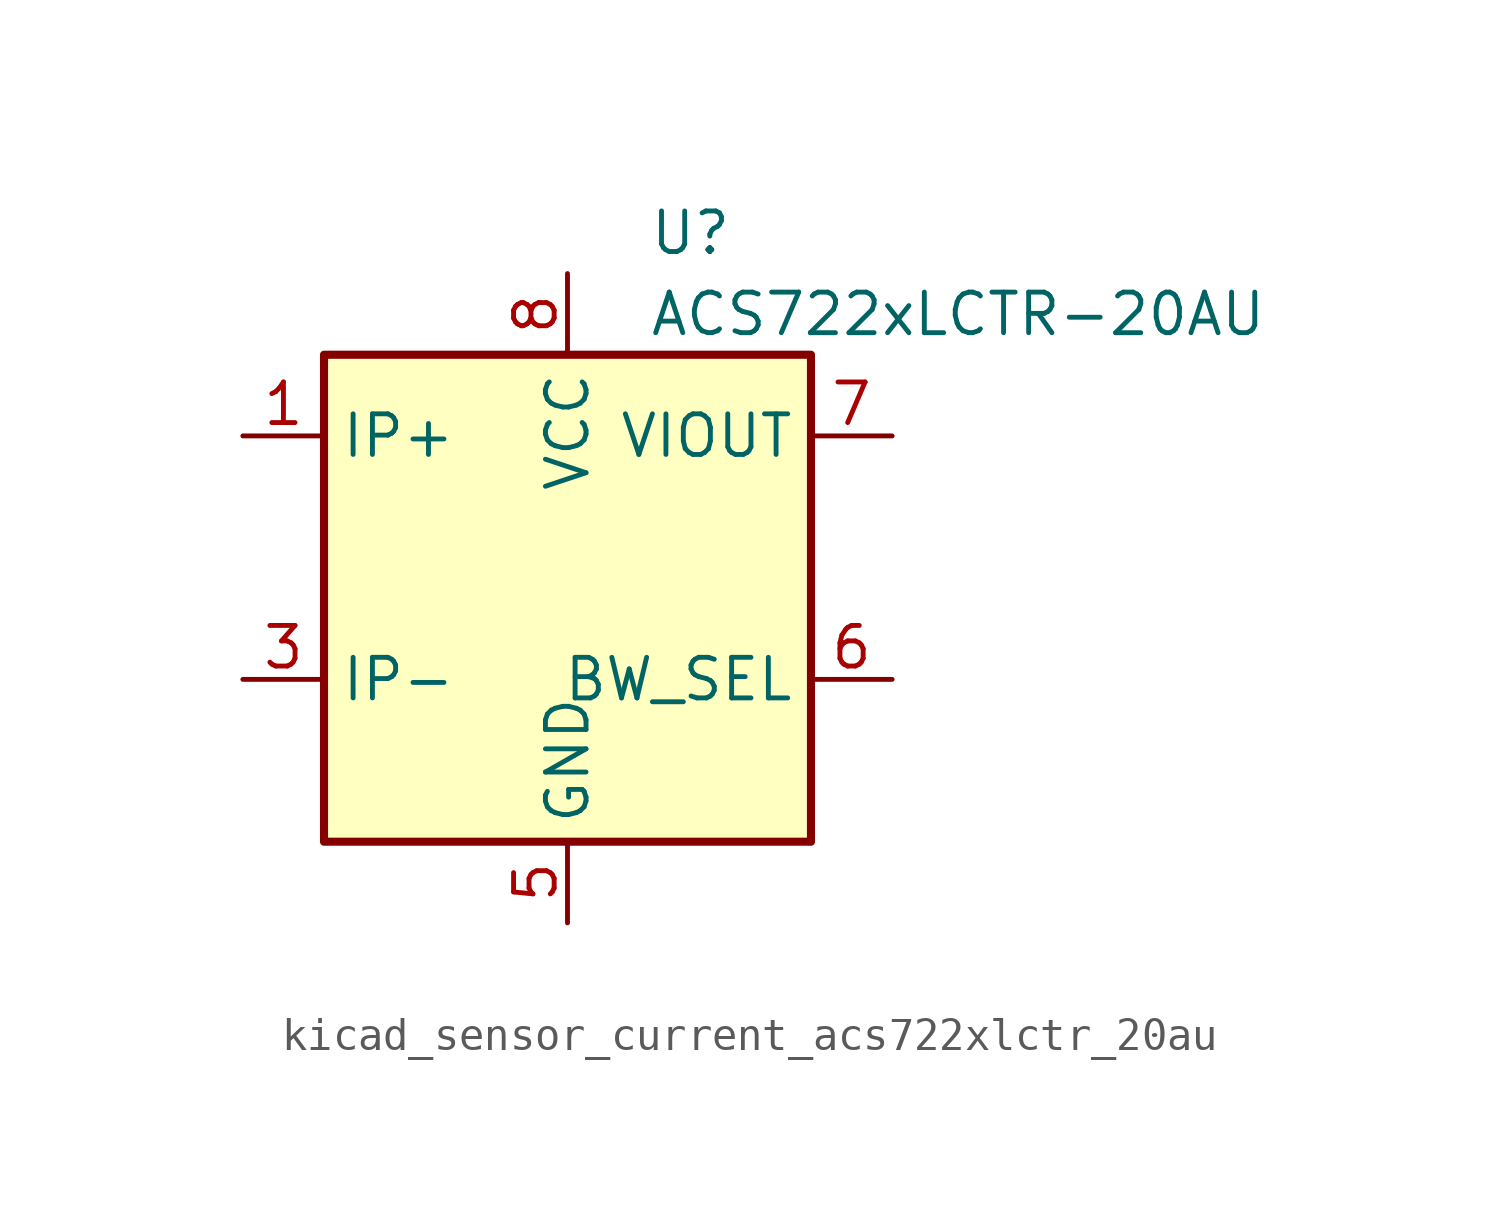
<source format=kicad_sym>
(kicad_symbol_lib
  (version 20220914)
  (generator kicad_symbol_editor)
  (symbol "kicad_sensor_current_acs722xlctr_20au"
    (property "Reference" "U"
      (at 2.54 11.43 0)
      (effects (font (size 1.27 1.27)) (justify left)))
    (property "Value" "ACS722xLCTR-20AU"
      (at 2.54 8.89 0)
      (effects (font (size 1.27 1.27)) (justify left)))
    (symbol "kicad_sensor_current_acs722xlctr_20au_0_1"
      (rectangle (start -7.62 7.62) (end 7.62 -7.62) (stroke (width 0.254) (type default)) (fill (type background))))
    (symbol "kicad_sensor_current_acs722xlctr_20au_1_1"
      (pin passive line (at -10.16 5.08 0) (length 2.54) (name "IP+" (effects (font (size 1.27 1.27)))) (number "1" (effects (font (size 1.27 1.27)))))
      (pin passive line (at -10.16 5.08 0) (length 2.54) hide (name "IP+" (effects (font (size 1.27 1.27)))) (number "2" (effects (font (size 1.27 1.27)))))
      (pin passive line (at -10.16 -2.54 0) (length 2.54) (name "IP-" (effects (font (size 1.27 1.27)))) (number "3" (effects (font (size 1.27 1.27)))))
      (pin passive line (at -10.16 -2.54 0) (length 2.54) hide (name "IP-" (effects (font (size 1.27 1.27)))) (number "4" (effects (font (size 1.27 1.27)))))
      (pin power_in line (at 0 -10.16 90) (length 2.54) (name "GND" (effects (font (size 1.27 1.27)))) (number "5" (effects (font (size 1.27 1.27)))))
      (pin input line (at 10.16 -2.54 180) (length 2.54) (name "BW_SEL" (effects (font (size 1.27 1.27)))) (number "6" (effects (font (size 1.27 1.27)))))
      (pin output line (at 10.16 5.08 180) (length 2.54) (name "VIOUT" (effects (font (size 1.27 1.27)))) (number "7" (effects (font (size 1.27 1.27)))))
      (pin power_in line (at 0 10.16 270) (length 2.54) (name "VCC" (effects (font (size 1.27 1.27)))) (number "8" (effects (font (size 1.27 1.27))))))))
</source>
